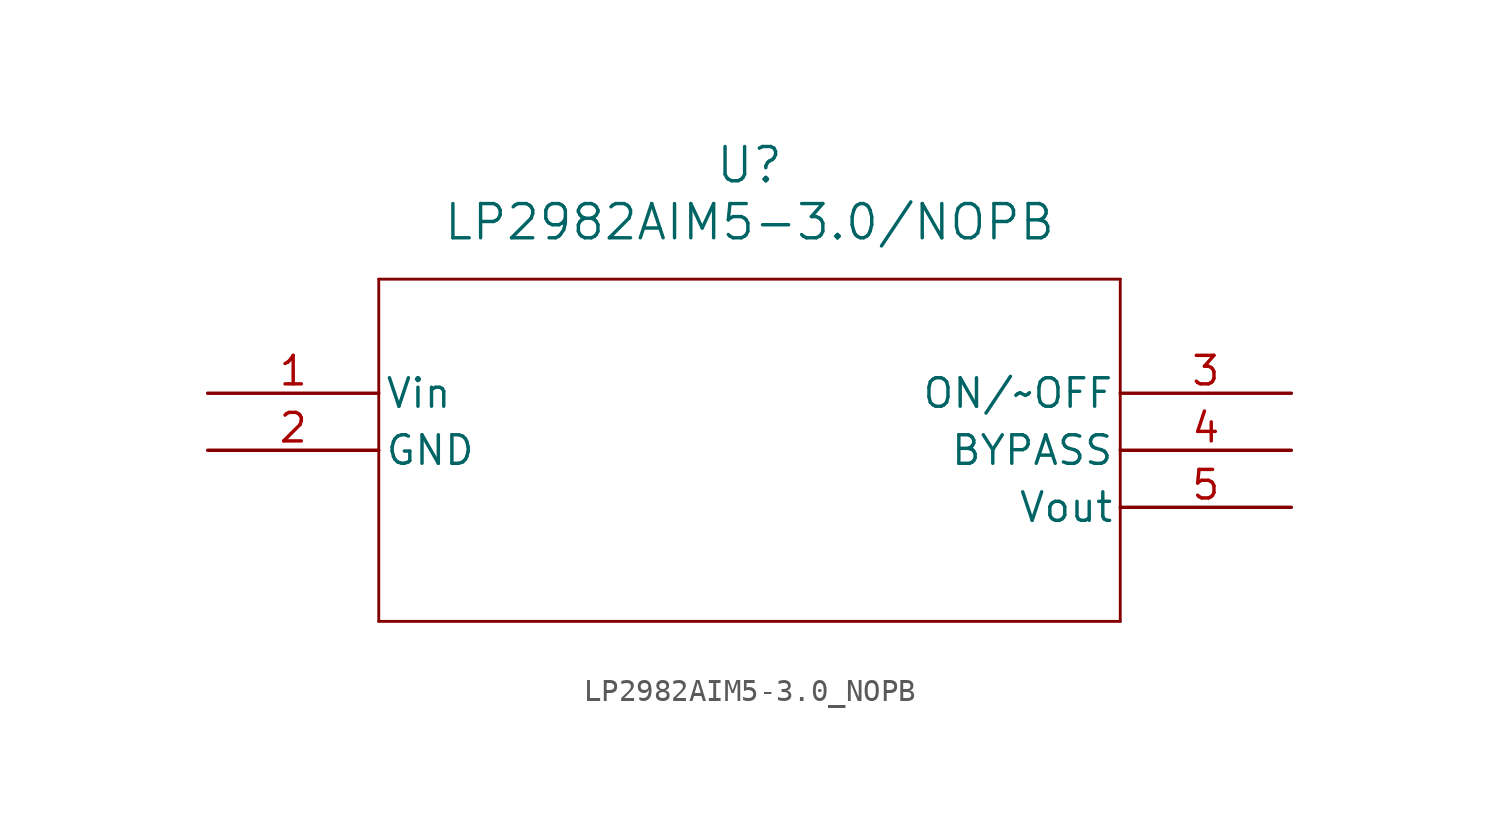
<source format=kicad_sym>
(kicad_symbol_lib
  (version 20211014)
  (generator kicad_symbol_editor)
  (symbol "LP2982AIM5-3.0_NOPB"
    (pin_names
      (offset 0.254))
    (property "Reference" "U"
      (at 24.13 10.16 0)
      (effects (font (size 1.524 1.524))))
    (property "Value" "LP2982AIM5-3.0/NOPB"
      (at 24.13 7.62 0)
      (effects (font (size 1.524 1.524))))
    (symbol "LP2982AIM5-3.0_NOPB_0_1"
      (polyline (pts (xy 7.62 5.08) (xy 7.62 -10.16)) (stroke (width 0.127) (type default) (color 0 0 0 0)) (fill (type none)))
      (polyline (pts (xy 7.62 -10.16) (xy 40.64 -10.16)) (stroke (width 0.127) (type default) (color 0 0 0 0)) (fill (type none)))
      (polyline (pts (xy 40.64 -10.16) (xy 40.64 5.08)) (stroke (width 0.127) (type default) (color 0 0 0 0)) (fill (type none)))
      (polyline (pts (xy 40.64 5.08) (xy 7.62 5.08)) (stroke (width 0.127) (type default) (color 0 0 0 0)) (fill (type none)))
      (pin input line (at 0 0 0) (length 7.62) (name "Vin" (effects (font (size 1.27 1.27)))) (number "1" (effects (font (size 1.27 1.27)))))
      (pin passive line (at 0 -2.54 0) (length 7.62) (name "GND" (effects (font (size 1.27 1.27)))) (number "2" (effects (font (size 1.27 1.27)))))
      (pin passive line (at 48.26 0 180) (length 7.62) (name "ON/~OFF" (effects (font (size 1.27 1.27)))) (number "3" (effects (font (size 1.27 1.27)))))
      (pin passive line (at 48.26 -2.54 180) (length 7.62) (name "BYPASS" (effects (font (size 1.27 1.27)))) (number "4" (effects (font (size 1.27 1.27)))))
      (pin output line (at 48.26 -5.08 180) (length 7.62) (name "Vout" (effects (font (size 1.27 1.27)))) (number "5" (effects (font (size 1.27 1.27))))))))
</source>
